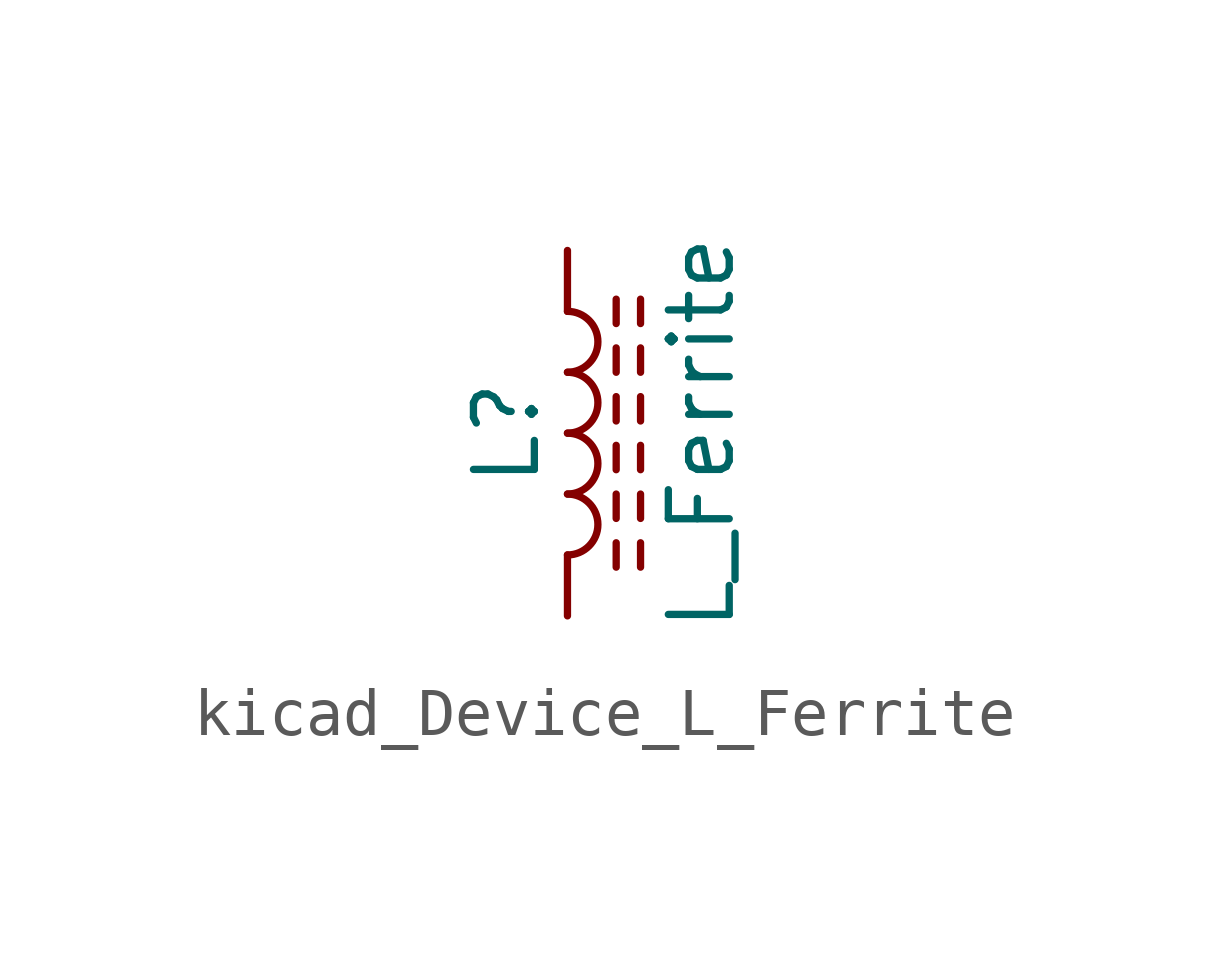
<source format=kicad_sym>
(kicad_symbol_lib
  (version 20220914)
  (generator kicad_symbol_editor)
  (symbol "kicad_Device_L_Ferrite"
    (pin_numbers hide)
    (pin_names
      (offset 1.016) hide)
    (property "Reference" "L"
      (at -1.27 0 90)
      (effects (font (size 1.27 1.27))))
    (property "Value" "L_Ferrite"
      (at 2.794 0 90)
      (effects (font (size 1.27 1.27))))
    (symbol "kicad_Device_L_Ferrite_0_1"
      (arc (start 0 -2.54) (mid 0.6323 -1.905) (end 0 -1.27) (stroke (width 0) (type default)) (fill (type none)))
      (arc (start 0 -1.27) (mid 0.6323 -0.635) (end 0 0) (stroke (width 0) (type default)) (fill (type none)))
      (polyline (pts (xy 1.016 -2.794) (xy 1.016 -2.286)) (stroke (width 0) (type default)) (fill (type none)))
      (polyline (pts (xy 1.016 -1.778) (xy 1.016 -1.27)) (stroke (width 0) (type default)) (fill (type none)))
      (polyline (pts (xy 1.016 -0.762) (xy 1.016 -0.254)) (stroke (width 0) (type default)) (fill (type none)))
      (polyline (pts (xy 1.016 0.254) (xy 1.016 0.762)) (stroke (width 0) (type default)) (fill (type none)))
      (polyline (pts (xy 1.016 1.27) (xy 1.016 1.778)) (stroke (width 0) (type default)) (fill (type none)))
      (polyline (pts (xy 1.016 2.286) (xy 1.016 2.794)) (stroke (width 0) (type default)) (fill (type none)))
      (polyline (pts (xy 1.524 -2.286) (xy 1.524 -2.794)) (stroke (width 0) (type default)) (fill (type none)))
      (polyline (pts (xy 1.524 -1.27) (xy 1.524 -1.778)) (stroke (width 0) (type default)) (fill (type none)))
      (polyline (pts (xy 1.524 -0.254) (xy 1.524 -0.762)) (stroke (width 0) (type default)) (fill (type none)))
      (polyline (pts (xy 1.524 0.762) (xy 1.524 0.254)) (stroke (width 0) (type default)) (fill (type none)))
      (polyline (pts (xy 1.524 1.778) (xy 1.524 1.27)) (stroke (width 0) (type default)) (fill (type none)))
      (polyline (pts (xy 1.524 2.794) (xy 1.524 2.286)) (stroke (width 0) (type default)) (fill (type none)))
      (arc (start 0 0) (mid 0.6323 0.635) (end 0 1.27) (stroke (width 0) (type default)) (fill (type none)))
      (arc (start 0 1.27) (mid 0.6323 1.905) (end 0 2.54) (stroke (width 0) (type default)) (fill (type none))))
    (symbol "kicad_Device_L_Ferrite_1_1"
      (pin passive line (at 0 3.81 270) (length 1.27) (name "1" (effects (font (size 1.27 1.27)))) (number "1" (effects (font (size 1.27 1.27)))))
      (pin passive line (at 0 -3.81 90) (length 1.27) (name "2" (effects (font (size 1.27 1.27)))) (number "2" (effects (font (size 1.27 1.27))))))))
</source>
